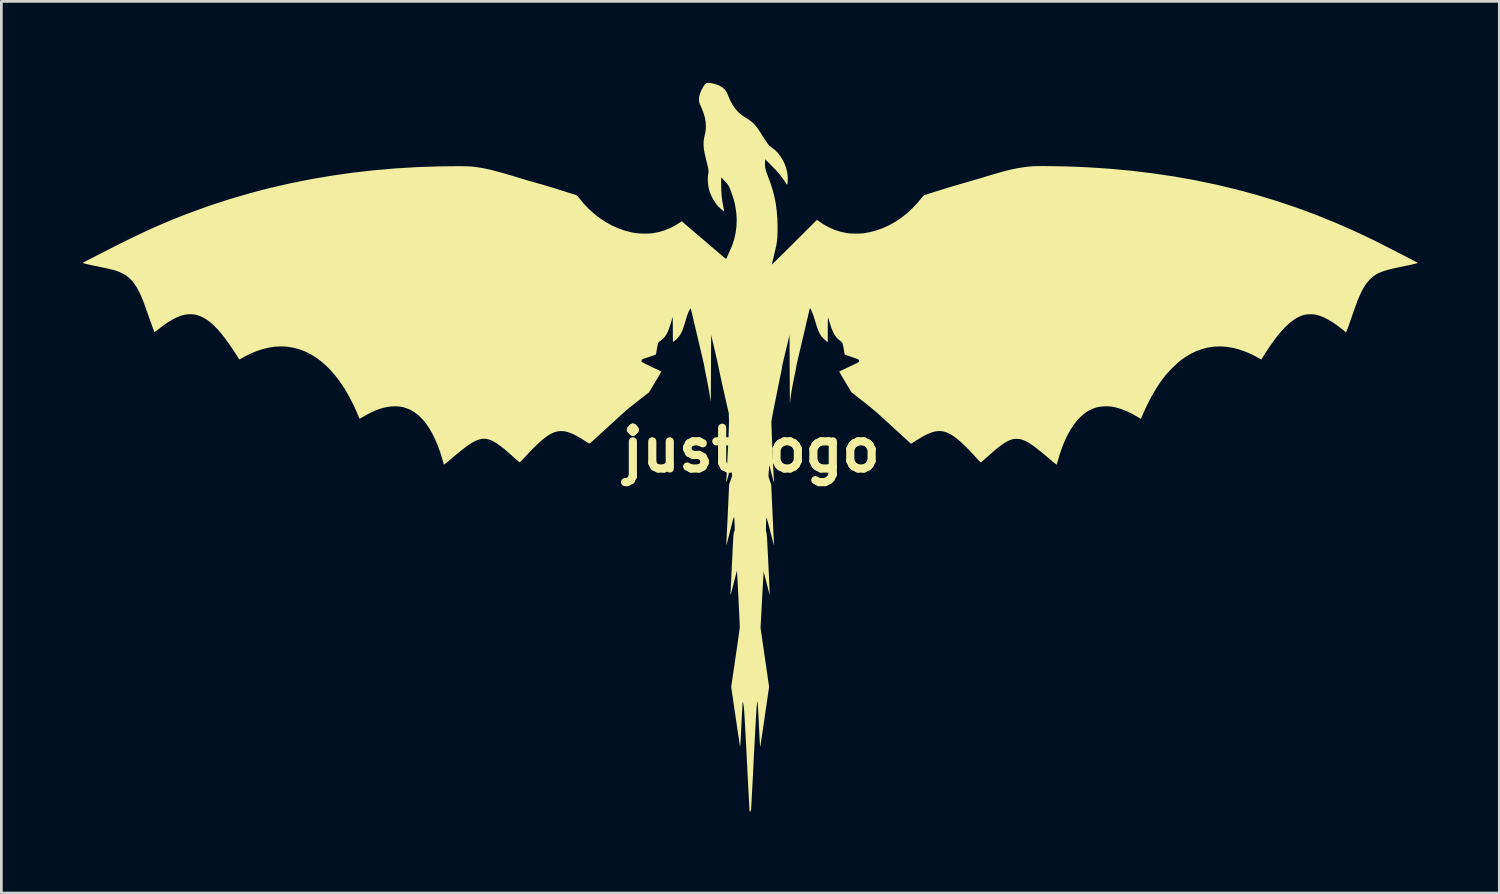
<source format=kicad_pcb>
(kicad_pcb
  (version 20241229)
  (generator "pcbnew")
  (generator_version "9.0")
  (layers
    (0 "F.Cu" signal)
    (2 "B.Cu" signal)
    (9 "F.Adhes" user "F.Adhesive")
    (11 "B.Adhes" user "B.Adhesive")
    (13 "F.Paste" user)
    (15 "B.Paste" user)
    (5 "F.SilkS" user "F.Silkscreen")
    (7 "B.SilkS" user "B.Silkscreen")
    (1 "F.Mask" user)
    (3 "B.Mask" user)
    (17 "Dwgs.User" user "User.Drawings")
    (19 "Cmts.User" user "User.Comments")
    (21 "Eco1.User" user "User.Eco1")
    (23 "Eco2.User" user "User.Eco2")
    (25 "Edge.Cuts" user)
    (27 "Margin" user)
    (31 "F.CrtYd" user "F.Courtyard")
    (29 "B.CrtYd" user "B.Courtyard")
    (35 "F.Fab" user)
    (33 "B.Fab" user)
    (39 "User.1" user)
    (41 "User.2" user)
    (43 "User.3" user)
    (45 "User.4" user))
  (footprint "justLogo"
    (layer "F.Cu")
    (at 24.594 13.511)
    (property "Reference" "justLogo" (at 0 0 0) (layer "F.SilkS") (effects (font (size 1.5 1.5) (thickness 0.3))))
    (attr board_only exclude_from_pos_files exclude_from_bom)
    (fp_poly (pts (xy -1.545 -13.509) (xy -1.543 -13.509) (xy -1.428 -13.494) (xy -1.314 -13.465) (xy -1.205 -13.424) (xy -1.106 -13.373) (xy -1.025 -13.313) (xy -1.016 -13.305) (xy -0.969 -13.258) (xy -0.932 -13.213) (xy -0.902 -13.162) (xy -0.873 -13.099) (xy -0.853 -13.047) (xy -0.779 -12.87) (xy -0.691 -12.708) (xy -0.592 -12.565) (xy -0.484 -12.442) (xy -0.428 -12.391) (xy -0.368 -12.341) (xy -0.299 -12.29) (xy -0.216 -12.235) (xy -0.117 -12.173) (xy -0.099 -12.162) (xy -0.023 -12.109) (xy 0.056 -12.041) (xy 0.133 -11.964) (xy 0.201 -11.884) (xy 0.224 -11.853) (xy 0.247 -11.82) (xy 0.279 -11.771) (xy 0.318 -11.712) (xy 0.361 -11.645) (xy 0.405 -11.576) (xy 0.415 -11.561) (xy 0.476 -11.464) (xy 0.528 -11.385) (xy 0.571 -11.321) (xy 0.608 -11.27) (xy 0.64 -11.23) (xy 0.669 -11.198) (xy 0.698 -11.172) (xy 0.727 -11.15) (xy 0.746 -11.137) (xy 0.864 -11.047) (xy 0.974 -10.938) (xy 1.072 -10.813) (xy 1.157 -10.676) (xy 1.229 -10.529) (xy 1.284 -10.375) (xy 1.322 -10.217) (xy 1.341 -10.06) (xy 1.343 -9.993) (xy 1.342 -9.92) (xy 1.339 -9.857) (xy 1.334 -9.809) (xy 1.328 -9.777) (xy 1.321 -9.765) (xy 1.319 -9.765) (xy 1.31 -9.776) (xy 1.291 -9.802) (xy 1.263 -9.841) (xy 1.231 -9.889) (xy 1.217 -9.909) (xy 1.15 -10.005) (xy 1.08 -10.098) (xy 1.002 -10.192) (xy 0.915 -10.29) (xy 0.815 -10.395) (xy 0.713 -10.499) (xy 0.508 -10.703) (xy 0.505 -10.582) (xy 0.504 -10.506) (xy 0.509 -10.436) (xy 0.519 -10.367) (xy 0.536 -10.295) (xy 0.56 -10.215) (xy 0.594 -10.123) (xy 0.622 -10.049) (xy 0.717 -9.792) (xy 0.795 -9.543) (xy 0.858 -9.295) (xy 0.905 -9.045) (xy 0.938 -8.788) (xy 0.959 -8.518) (xy 0.966 -8.321) (xy 0.967 -8.134) (xy 0.965 -7.967) (xy 0.957 -7.818) (xy 0.944 -7.685) (xy 0.928 -7.571) (xy 0.922 -7.539) (xy 0.91 -7.487) (xy 0.896 -7.421) (xy 0.878 -7.344) (xy 0.858 -7.26) (xy 0.837 -7.172) (xy 0.817 -7.085) (xy 0.797 -7.003) (xy 0.778 -6.929) (xy 0.763 -6.868) (xy 0.752 -6.826) (xy 0.759 -6.831) (xy 0.781 -6.851) (xy 0.818 -6.886) (xy 0.868 -6.934) (xy 0.931 -6.994) (xy 1.004 -7.066) (xy 1.087 -7.147) (xy 1.179 -7.238) (xy 1.279 -7.337) (xy 1.386 -7.443) (xy 1.499 -7.555) (xy 1.581 -7.637) (xy 2.417 -8.472) (xy 2.455 -8.443) (xy 2.647 -8.312) (xy 2.848 -8.201) (xy 3.056 -8.109) (xy 3.268 -8.039) (xy 3.484 -7.991) (xy 3.539 -7.982) (xy 3.616 -7.974) (xy 3.709 -7.968) (xy 3.811 -7.966) (xy 3.914 -7.965) (xy 4.011 -7.968) (xy 4.095 -7.974) (xy 4.123 -7.977) (xy 4.367 -8.019) (xy 4.609 -8.083) (xy 4.847 -8.169) (xy 5.08 -8.277) (xy 5.306 -8.404) (xy 5.525 -8.551) (xy 5.734 -8.717) (xy 5.933 -8.9) (xy 6.12 -9.101) (xy 6.212 -9.211) (xy 6.26 -9.271) (xy 6.297 -9.315) (xy 6.325 -9.345) (xy 6.347 -9.366) (xy 6.366 -9.379) (xy 6.385 -9.387) (xy 6.391 -9.388) (xy 6.414 -9.395) (xy 6.456 -9.408) (xy 6.514 -9.427) (xy 6.586 -9.449) (xy 6.668 -9.475) (xy 6.757 -9.504) (xy 6.826 -9.526) (xy 6.975 -9.573) (xy 7.116 -9.617) (xy 7.255 -9.66) (xy 7.395 -9.702) (xy 7.541 -9.745) (xy 7.697 -9.79) (xy 7.868 -9.839) (xy 8.005 -9.879) (xy 8.098 -9.905) (xy 8.207 -9.937) (xy 8.324 -9.972) (xy 8.443 -10.007) (xy 8.557 -10.041) (xy 8.64 -10.067) (xy 8.859 -10.133) (xy 9.058 -10.191) (xy 9.24 -10.242) (xy 9.408 -10.286) (xy 9.564 -10.323) (xy 9.71 -10.355) (xy 9.849 -10.381) (xy 9.983 -10.403) (xy 10.114 -10.42) (xy 10.246 -10.434) (xy 10.335 -10.441) (xy 10.405 -10.445) (xy 10.496 -10.448) (xy 10.606 -10.449) (xy 10.732 -10.45) (xy 10.872 -10.449) (xy 11.024 -10.448) (xy 11.184 -10.445) (xy 11.352 -10.442) (xy 11.525 -10.438) (xy 11.7 -10.433) (xy 11.875 -10.427) (xy 12.047 -10.42) (xy 12.215 -10.413) (xy 12.376 -10.405) (xy 12.379 -10.405) (xy 13.19 -10.352) (xy 13.992 -10.277) (xy 14.783 -10.182) (xy 15.564 -10.066) (xy 16.335 -9.929) (xy 17.097 -9.77) (xy 17.849 -9.591) (xy 18.592 -9.39) (xy 19.326 -9.168) (xy 20.05 -8.925) (xy 20.766 -8.661) (xy 21.473 -8.375) (xy 22.172 -8.068) (xy 22.344 -7.989) (xy 22.434 -7.946) (xy 22.536 -7.899) (xy 22.64 -7.849) (xy 22.74 -7.802) (xy 22.825 -7.761) (xy 22.879 -7.735) (xy 22.947 -7.701) (xy 23.027 -7.661) (xy 23.118 -7.615) (xy 23.219 -7.564) (xy 23.326 -7.51) (xy 23.438 -7.453) (xy 23.554 -7.394) (xy 23.671 -7.334) (xy 23.787 -7.274) (xy 23.902 -7.215) (xy 24.012 -7.158) (xy 24.116 -7.104) (xy 24.213 -7.054) (xy 24.3 -7.009) (xy 24.375 -6.97) (xy 24.437 -6.937) (xy 24.484 -6.912) (xy 24.513 -6.895) (xy 24.524 -6.889) (xy 24.524 -6.889) (xy 24.515 -6.882) (xy 24.489 -6.872) (xy 24.444 -6.86) (xy 24.38 -6.844) (xy 24.296 -6.824) (xy 24.191 -6.802) (xy 24.064 -6.775) (xy 23.916 -6.744) (xy 23.916 -6.744) (xy 23.737 -6.707) (xy 23.581 -6.671) (xy 23.443 -6.636) (xy 23.322 -6.601) (xy 23.215 -6.566) (xy 23.122 -6.528) (xy 23.039 -6.489) (xy 22.965 -6.446) (xy 22.897 -6.398) (xy 22.833 -6.346) (xy 22.772 -6.288) (xy 22.754 -6.27) (xy 22.694 -6.203) (xy 22.637 -6.132) (xy 22.582 -6.055) (xy 22.529 -5.969) (xy 22.477 -5.874) (xy 22.424 -5.768) (xy 22.371 -5.648) (xy 22.315 -5.513) (xy 22.257 -5.36) (xy 22.195 -5.189) (xy 22.128 -4.997) (xy 22.121 -4.975) (xy 22.078 -4.852) (xy 22.038 -4.736) (xy 22.001 -4.632) (xy 21.968 -4.54) (xy 21.94 -4.464) (xy 21.917 -4.407) (xy 21.909 -4.387) (xy 21.886 -4.332) (xy 21.733 -4.455) (xy 21.556 -4.59) (xy 21.385 -4.707) (xy 21.221 -4.805) (xy 21.065 -4.884) (xy 20.917 -4.943) (xy 20.779 -4.981) (xy 20.744 -4.988) (xy 20.699 -4.993) (xy 20.639 -4.996) (xy 20.572 -4.997) (xy 20.526 -4.996) (xy 20.458 -4.992) (xy 20.404 -4.987) (xy 20.357 -4.978) (xy 20.307 -4.964) (xy 20.27 -4.952) (xy 20.15 -4.903) (xy 20.029 -4.838) (xy 19.906 -4.754) (xy 19.781 -4.653) (xy 19.654 -4.533) (xy 19.523 -4.394) (xy 19.389 -4.236) (xy 19.251 -4.057) (xy 19.107 -3.857) (xy 18.959 -3.635) (xy 18.843 -3.454) (xy 18.765 -3.328) (xy 18.728 -3.35) (xy 18.576 -3.438) (xy 18.427 -3.515) (xy 18.271 -3.585) (xy 18.199 -3.615) (xy 17.961 -3.7) (xy 17.726 -3.761) (xy 17.495 -3.8) (xy 17.266 -3.815) (xy 17.041 -3.807) (xy 16.82 -3.777) (xy 16.603 -3.723) (xy 16.389 -3.646) (xy 16.179 -3.547) (xy 15.973 -3.424) (xy 15.838 -3.329) (xy 15.758 -3.266) (xy 15.669 -3.188) (xy 15.574 -3.101) (xy 15.479 -3.007) (xy 15.386 -2.912) (xy 15.301 -2.82) (xy 15.228 -2.734) (xy 15.212 -2.715) (xy 15.069 -2.523) (xy 14.927 -2.311) (xy 14.789 -2.082) (xy 14.657 -1.842) (xy 14.533 -1.592) (xy 14.419 -1.337) (xy 14.412 -1.32) (xy 14.387 -1.262) (xy 14.365 -1.213) (xy 14.347 -1.177) (xy 14.336 -1.156) (xy 14.332 -1.152) (xy 14.319 -1.159) (xy 14.291 -1.175) (xy 14.25 -1.199) (xy 14.202 -1.228) (xy 14.195 -1.232) (xy 13.992 -1.346) (xy 13.792 -1.441) (xy 13.596 -1.516) (xy 13.406 -1.57) (xy 13.245 -1.601) (xy 13.148 -1.609) (xy 13.038 -1.611) (xy 12.925 -1.605) (xy 12.817 -1.593) (xy 12.721 -1.574) (xy 12.712 -1.572) (xy 12.554 -1.519) (xy 12.403 -1.443) (xy 12.257 -1.346) (xy 12.118 -1.226) (xy 11.986 -1.086) (xy 11.86 -0.923) (xy 11.741 -0.74) (xy 11.629 -0.537) (xy 11.524 -0.313) (xy 11.427 -0.069) (xy 11.338 0.195) (xy 11.276 0.409) (xy 11.262 0.458) (xy 11.25 0.499) (xy 11.242 0.527) (xy 11.24 0.535) (xy 11.23 0.532) (xy 11.204 0.514) (xy 11.164 0.484) (xy 11.111 0.441) (xy 11.046 0.387) (xy 10.986 0.336) (xy 10.83 0.203) (xy 10.689 0.085) (xy 10.561 -0.017) (xy 10.446 -0.106) (xy 10.341 -0.182) (xy 10.246 -0.245) (xy 10.16 -0.296) (xy 10.08 -0.338) (xy 10.006 -0.369) (xy 9.935 -0.391) (xy 9.867 -0.405) (xy 9.801 -0.412) (xy 9.757 -0.414) (xy 9.69 -0.41) (xy 9.624 -0.399) (xy 9.555 -0.381) (xy 9.484 -0.353) (xy 9.408 -0.316) (xy 9.326 -0.267) (xy 9.237 -0.208) (xy 9.14 -0.136) (xy 9.032 -0.05) (xy 8.912 0.05) (xy 8.779 0.165) (xy 8.632 0.297) (xy 8.628 0.3) (xy 8.575 0.348) (xy 8.527 0.39) (xy 8.488 0.423) (xy 8.461 0.446) (xy 8.447 0.455) (xy 8.446 0.455) (xy 8.436 0.447) (xy 8.412 0.424) (xy 8.378 0.389) (xy 8.337 0.345) (xy 8.291 0.296) (xy 8.139 0.131) (xy 7.999 -0.016) (xy 7.87 -0.146) (xy 7.752 -0.259) (xy 7.642 -0.357) (xy 7.54 -0.44) (xy 7.444 -0.51) (xy 7.355 -0.567) (xy 7.281 -0.607) (xy 7.183 -0.651) (xy 7.093 -0.68) (xy 7.005 -0.696) (xy 6.919 -0.7) (xy 6.83 -0.695) (xy 6.738 -0.679) (xy 6.639 -0.65) (xy 6.532 -0.609) (xy 6.416 -0.555) (xy 6.288 -0.486) (xy 6.147 -0.402) (xy 6.023 -0.323) (xy 5.973 -0.291) (xy 5.93 -0.264) (xy 5.898 -0.244) (xy 5.881 -0.234) (xy 5.879 -0.234) (xy 5.869 -0.241) (xy 5.844 -0.264) (xy 5.805 -0.299) (xy 5.752 -0.347) (xy 5.687 -0.406) (xy 5.611 -0.475) (xy 5.527 -0.552) (xy 5.434 -0.637) (xy 5.335 -0.728) (xy 5.231 -0.823) (xy 5.211 -0.842) (xy 5.083 -0.959) (xy 4.97 -1.062) (xy 4.871 -1.153) (xy 4.782 -1.233) (xy 4.703 -1.304) (xy 4.63 -1.369) (xy 4.562 -1.428) (xy 4.497 -1.483) (xy 4.433 -1.537) (xy 4.368 -1.59) (xy 4.299 -1.646) (xy 4.225 -1.705) (xy 4.144 -1.769) (xy 4.117 -1.79) (xy 3.684 -2.13) (xy 3.458 -2.508) (xy 3.408 -2.593) (xy 3.361 -2.671) (xy 3.32 -2.741) (xy 3.286 -2.8) (xy 3.26 -2.846) (xy 3.243 -2.876) (xy 3.236 -2.889) (xy 3.236 -2.89) (xy 3.248 -2.895) (xy 3.277 -2.91) (xy 3.324 -2.932) (xy 3.384 -2.961) (xy 3.455 -2.995) (xy 3.535 -3.033) (xy 3.606 -3.066) (xy 3.705 -3.113) (xy 3.784 -3.151) (xy 3.845 -3.181) (xy 3.892 -3.205) (xy 3.925 -3.223) (xy 3.947 -3.237) (xy 3.96 -3.247) (xy 3.966 -3.255) (xy 3.966 -3.263) (xy 3.966 -3.263) (xy 3.96 -3.296) (xy 3.959 -3.312) (xy 3.957 -3.32) (xy 3.948 -3.329) (xy 3.931 -3.34) (xy 3.902 -3.352) (xy 3.859 -3.369) (xy 3.799 -3.39) (xy 3.72 -3.416) (xy 3.705 -3.422) (xy 3.632 -3.446) (xy 3.566 -3.469) (xy 3.512 -3.488) (xy 3.471 -3.503) (xy 3.447 -3.512) (xy 3.443 -3.514) (xy 3.438 -3.527) (xy 3.431 -3.56) (xy 3.421 -3.607) (xy 3.411 -3.665) (xy 3.404 -3.708) (xy 3.392 -3.775) (xy 3.379 -3.837) (xy 3.368 -3.889) (xy 3.358 -3.926) (xy 3.353 -3.937) (xy 3.327 -3.975) (xy 3.282 -4.015) (xy 3.258 -4.032) (xy 3.187 -4.088) (xy 3.123 -4.158) (xy 3.064 -4.243) (xy 3.01 -4.346) (xy 2.958 -4.468) (xy 2.909 -4.61) (xy 2.896 -4.654) (xy 2.876 -4.72) (xy 2.857 -4.781) (xy 2.842 -4.831) (xy 2.831 -4.866) (xy 2.826 -4.881) (xy 2.824 -4.877) (xy 2.822 -4.851) (xy 2.82 -4.806) (xy 2.818 -4.743) (xy 2.817 -4.665) (xy 2.816 -4.573) (xy 2.815 -4.469) (xy 2.815 -4.446) (xy 2.814 -3.981) (xy 2.776 -4.002) (xy 2.752 -4.019) (xy 2.717 -4.049) (xy 2.677 -4.085) (xy 2.65 -4.111) (xy 2.606 -4.158) (xy 2.571 -4.2) (xy 2.541 -4.247) (xy 2.51 -4.305) (xy 2.502 -4.321) (xy 2.474 -4.383) (xy 2.444 -4.458) (xy 2.416 -4.535) (xy 2.396 -4.595) (xy 2.373 -4.669) (xy 2.348 -4.751) (xy 2.323 -4.831) (xy 2.306 -4.887) (xy 2.286 -4.951) (xy 2.262 -5.015) (xy 2.238 -5.077) (xy 2.214 -5.132) (xy 2.193 -5.177) (xy 2.176 -5.207) (xy 2.164 -5.22) (xy 2.163 -5.22) (xy 2.155 -5.21) (xy 2.145 -5.183) (xy 2.138 -5.153) (xy 2.132 -5.128) (xy 2.121 -5.081) (xy 2.106 -5.015) (xy 2.087 -4.932) (xy 2.063 -4.832) (xy 2.037 -4.717) (xy 2.007 -4.59) (xy 1.975 -4.452) (xy 1.94 -4.303) (xy 1.903 -4.147) (xy 1.865 -3.985) (xy 1.826 -3.818) (xy 1.786 -3.648) (xy 1.747 -3.48) (xy 1.724 -3.384) (xy 1.704 -3.294) (xy 1.685 -3.214) (xy 1.67 -3.145) (xy 1.659 -3.09) (xy 1.652 -3.053) (xy 1.649 -3.036) (xy 1.647 -3.017) (xy 1.64 -2.978) (xy 1.63 -2.924) (xy 1.616 -2.858) (xy 1.601 -2.783) (xy 1.59 -2.733) (xy 1.55 -2.54) (xy 1.515 -2.357) (xy 1.485 -2.187) (xy 1.46 -2.034) (xy 1.443 -1.899) (xy 1.442 -1.898) (xy 1.436 -1.839) (xy 1.429 -1.787) (xy 1.425 -1.747) (xy 1.422 -1.724) (xy 1.422 -1.723) (xy 1.421 -1.731) (xy 1.421 -1.761) (xy 1.42 -1.812) (xy 1.42 -1.881) (xy 1.419 -1.968) (xy 1.418 -2.071) (xy 1.417 -2.189) (xy 1.417 -2.32) (xy 1.416 -2.462) (xy 1.415 -2.615) (xy 1.414 -2.776) (xy 1.413 -2.945) (xy 1.413 -2.969) (xy 1.407 -4.239) (xy 1.345 -3.973) (xy 1.324 -3.884) (xy 1.299 -3.779) (xy 1.272 -3.666) (xy 1.244 -3.552) (xy 1.219 -3.444) (xy 1.206 -3.393) (xy 1.186 -3.308) (xy 1.168 -3.23) (xy 1.153 -3.161) (xy 1.141 -3.105) (xy 1.133 -3.064) (xy 1.13 -3.043) (xy 1.13 -3.042) (xy 1.128 -3.02) (xy 1.121 -2.979) (xy 1.111 -2.924) (xy 1.098 -2.86) (xy 1.086 -2.803) (xy 1.068 -2.722) (xy 1.048 -2.627) (xy 1.028 -2.526) (xy 1.008 -2.428) (xy 0.994 -2.359) (xy 0.981 -2.293) (xy 0.965 -2.209) (xy 0.945 -2.11) (xy 0.923 -2) (xy 0.899 -1.884) (xy 0.875 -1.766) (xy 0.852 -1.65) (xy 0.847 -1.629) (xy 0.823 -1.509) (xy 0.801 -1.396) (xy 0.782 -1.293) (xy 0.765 -1.203) (xy 0.753 -1.127) (xy 0.744 -1.07) (xy 0.74 -1.034) (xy 0.74 -1.01) (xy 0.741 -0.965) (xy 0.743 -0.901) (xy 0.745 -0.82) (xy 0.749 -0.724) (xy 0.753 -0.615) (xy 0.758 -0.496) (xy 0.763 -0.368) (xy 0.768 -0.234) (xy 0.774 -0.095) (xy 0.781 0.045) (xy 0.787 0.186) (xy 0.793 0.325) (xy 0.799 0.459) (xy 0.806 0.588) (xy 0.812 0.708) (xy 0.817 0.817) (xy 0.822 0.914) (xy 0.827 0.996) (xy 0.831 1.061) (xy 0.834 1.107) (xy 0.836 1.144) (xy 0.835 1.171) (xy 0.832 1.179) (xy 0.827 1.169) (xy 0.817 1.138) (xy 0.803 1.09) (xy 0.786 1.028) (xy 0.767 0.955) (xy 0.746 0.874) (xy 0.742 0.856) (xy 0.72 0.773) (xy 0.701 0.701) (xy 0.684 0.642) (xy 0.671 0.598) (xy 0.662 0.572) (xy 0.657 0.565) (xy 0.657 0.567) (xy 0.655 0.59) (xy 0.653 0.632) (xy 0.649 0.687) (xy 0.646 0.751) (xy 0.643 0.788) (xy 0.633 0.975) (xy 0.683 1.127) (xy 0.734 1.279) (xy 0.782 2.33) (xy 0.789 2.486) (xy 0.796 2.636) (xy 0.803 2.779) (xy 0.809 2.912) (xy 0.815 3.035) (xy 0.82 3.145) (xy 0.825 3.24) (xy 0.829 3.319) (xy 0.833 3.379) (xy 0.835 3.42) (xy 0.837 3.439) (xy 0.839 3.47) (xy 0.837 3.487) (xy 0.833 3.488) (xy 0.829 3.475) (xy 0.819 3.442) (xy 0.804 3.39) (xy 0.786 3.323) (xy 0.765 3.243) (xy 0.741 3.151) (xy 0.715 3.051) (xy 0.694 2.969) (xy 0.659 2.832) (xy 0.629 2.719) (xy 0.605 2.628) (xy 0.585 2.559) (xy 0.571 2.513) (xy 0.562 2.49) (xy 0.557 2.488) (xy 0.555 2.508) (xy 0.552 2.548) (xy 0.549 2.602) (xy 0.546 2.668) (xy 0.543 2.74) (xy 0.543 2.744) (xy 0.54 2.825) (xy 0.539 2.887) (xy 0.54 2.933) (xy 0.542 2.967) (xy 0.546 2.993) (xy 0.552 3.015) (xy 0.555 3.025) (xy 0.559 3.037) (xy 0.562 3.055) (xy 0.566 3.081) (xy 0.569 3.115) (xy 0.573 3.16) (xy 0.577 3.216) (xy 0.582 3.285) (xy 0.587 3.368) (xy 0.592 3.466) (xy 0.598 3.582) (xy 0.605 3.715) (xy 0.613 3.869) (xy 0.621 4.043) (xy 0.629 4.201) (xy 0.637 4.361) (xy 0.644 4.514) (xy 0.651 4.659) (xy 0.657 4.793) (xy 0.662 4.916) (xy 0.667 5.026) (xy 0.671 5.121) (xy 0.674 5.2) (xy 0.676 5.261) (xy 0.677 5.303) (xy 0.677 5.323) (xy 0.677 5.325) (xy 0.673 5.314) (xy 0.664 5.283) (xy 0.651 5.234) (xy 0.634 5.17) (xy 0.614 5.094) (xy 0.592 5.007) (xy 0.568 4.912) (xy 0.567 4.905) (xy 0.543 4.811) (xy 0.521 4.724) (xy 0.501 4.647) (xy 0.484 4.583) (xy 0.47 4.534) (xy 0.461 4.503) (xy 0.456 4.491) (xy 0.456 4.491) (xy 0.455 4.504) (xy 0.452 4.538) (xy 0.449 4.591) (xy 0.444 4.664) (xy 0.439 4.752) (xy 0.433 4.856) (xy 0.426 4.973) (xy 0.419 5.102) (xy 0.411 5.24) (xy 0.403 5.387) (xy 0.396 5.521) (xy 0.341 6.546) (xy 0.499 7.63) (xy 0.656 8.715) (xy 0.496 9.808) (xy 0.473 9.965) (xy 0.451 10.116) (xy 0.43 10.258) (xy 0.41 10.39) (xy 0.393 10.51) (xy 0.376 10.618) (xy 0.362 10.711) (xy 0.351 10.788) (xy 0.342 10.847) (xy 0.336 10.886) (xy 0.332 10.905) (xy 0.332 10.906) (xy 0.33 10.906) (xy 0.327 10.899) (xy 0.325 10.885) (xy 0.322 10.861) (xy 0.319 10.825) (xy 0.315 10.778) (xy 0.312 10.716) (xy 0.307 10.639) (xy 0.302 10.545) (xy 0.296 10.432) (xy 0.29 10.299) (xy 0.282 10.145) (xy 0.28 10.107) (xy 0.274 9.976) (xy 0.267 9.849) (xy 0.261 9.73) (xy 0.255 9.621) (xy 0.25 9.524) (xy 0.245 9.441) (xy 0.241 9.374) (xy 0.238 9.326) (xy 0.236 9.299) (xy 0.235 9.296) (xy 0.227 9.232) (xy 0.207 9.366) (xy 0.203 9.397) (xy 0.199 9.447) (xy 0.193 9.517) (xy 0.187 9.607) (xy 0.18 9.717) (xy 0.172 9.848) (xy 0.164 10) (xy 0.154 10.174) (xy 0.143 10.369) (xy 0.132 10.585) (xy 0.119 10.825) (xy 0.106 11.087) (xy 0.093 11.334) (xy 0.083 11.54) (xy 0.072 11.74) (xy 0.063 11.933) (xy 0.053 12.118) (xy 0.044 12.294) (xy 0.035 12.458) (xy 0.027 12.611) (xy 0.019 12.749) (xy 0.013 12.873) (xy 0.007 12.981) (xy 0.002 13.071) (xy -0.003 13.143) (xy -0.006 13.194) (xy -0.008 13.225) (xy -0.009 13.231) (xy -0.017 13.272) (xy -0.027 13.294) (xy -0.038 13.299) (xy -0.056 13.293) (xy -0.063 13.276) (xy -0.064 13.261) (xy -0.067 13.225) (xy -0.07 13.167) (xy -0.074 13.091) (xy -0.079 12.995) (xy -0.086 12.883) (xy -0.092 12.755) (xy -0.1 12.613) (xy -0.108 12.457) (xy -0.117 12.29) (xy -0.126 12.111) (xy -0.136 11.924) (xy -0.146 11.728) (xy -0.156 11.525) (xy -0.163 11.398) (xy -0.176 11.147) (xy -0.187 10.919) (xy -0.198 10.712) (xy -0.208 10.525) (xy -0.217 10.357) (xy -0.225 10.207) (xy -0.232 10.073) (xy -0.239 9.955) (xy -0.245 9.852) (xy -0.251 9.762) (xy -0.256 9.684) (xy -0.261 9.617) (xy -0.265 9.561) (xy -0.269 9.513) (xy -0.273 9.473) (xy -0.277 9.441) (xy -0.28 9.413) (xy -0.283 9.395) (xy -0.294 9.334) (xy -0.301 9.295) (xy -0.306 9.273) (xy -0.31 9.268) (xy -0.314 9.276) (xy -0.317 9.296) (xy -0.32 9.317) (xy -0.323 9.358) (xy -0.326 9.419) (xy -0.331 9.497) (xy -0.336 9.59) (xy -0.342 9.695) (xy -0.348 9.811) (xy -0.354 9.935) (xy -0.361 10.065) (xy -0.362 10.09) (xy -0.37 10.252) (xy -0.377 10.392) (xy -0.383 10.511) (xy -0.388 10.612) (xy -0.393 10.694) (xy -0.397 10.761) (xy -0.401 10.813) (xy -0.404 10.853) (xy -0.407 10.88) (xy -0.409 10.897) (xy -0.412 10.905) (xy -0.414 10.906) (xy -0.414 10.906) (xy -0.416 10.894) (xy -0.422 10.86) (xy -0.43 10.807) (xy -0.441 10.735) (xy -0.454 10.647) (xy -0.47 10.544) (xy -0.487 10.427) (xy -0.506 10.298) (xy -0.527 10.158) (xy -0.549 10.01) (xy -0.572 9.855) (xy -0.579 9.808) (xy -0.739 8.714) (xy -0.583 7.659) (xy -0.561 7.503) (xy -0.539 7.352) (xy -0.518 7.208) (xy -0.498 7.073) (xy -0.481 6.948) (xy -0.465 6.836) (xy -0.451 6.738) (xy -0.44 6.656) (xy -0.432 6.591) (xy -0.426 6.546) (xy -0.424 6.522) (xy -0.424 6.522) (xy -0.424 6.502) (xy -0.425 6.46) (xy -0.427 6.4) (xy -0.43 6.324) (xy -0.434 6.234) (xy -0.439 6.13) (xy -0.444 6.017) (xy -0.45 5.895) (xy -0.456 5.767) (xy -0.463 5.634) (xy -0.469 5.5) (xy -0.476 5.365) (xy -0.483 5.232) (xy -0.49 5.102) (xy -0.496 4.979) (xy -0.502 4.863) (xy -0.508 4.757) (xy -0.514 4.663) (xy -0.518 4.583) (xy -0.522 4.519) (xy -0.525 4.474) (xy -0.528 4.448) (xy -0.528 4.443) (xy -0.532 4.453) (xy -0.54 4.483) (xy -0.553 4.531) (xy -0.57 4.595) (xy -0.59 4.672) (xy -0.612 4.759) (xy -0.636 4.854) (xy -0.641 4.877) (xy -0.666 4.974) (xy -0.689 5.064) (xy -0.71 5.145) (xy -0.728 5.213) (xy -0.742 5.266) (xy -0.753 5.302) (xy -0.759 5.319) (xy -0.759 5.319) (xy -0.762 5.311) (xy -0.764 5.285) (xy -0.763 5.247) (xy -0.762 5.24) (xy -0.761 5.216) (xy -0.759 5.17) (xy -0.755 5.105) (xy -0.751 5.022) (xy -0.746 4.923) (xy -0.741 4.81) (xy -0.735 4.684) (xy -0.728 4.548) (xy -0.721 4.404) (xy -0.714 4.252) (xy -0.707 4.117) (xy -0.698 3.936) (xy -0.691 3.778) (xy -0.684 3.64) (xy -0.678 3.521) (xy -0.672 3.419) (xy -0.668 3.333) (xy -0.663 3.261) (xy -0.659 3.202) (xy -0.655 3.153) (xy -0.652 3.115) (xy -0.648 3.084) (xy -0.645 3.061) (xy -0.641 3.042) (xy -0.637 3.027) (xy -0.633 3.014) (xy -0.631 3.009) (xy -0.621 2.982) (xy -0.614 2.958) (xy -0.61 2.931) (xy -0.609 2.897) (xy -0.609 2.852) (xy -0.612 2.79) (xy -0.613 2.752) (xy -0.617 2.667) (xy -0.62 2.596) (xy -0.623 2.54) (xy -0.627 2.5) (xy -0.632 2.477) (xy -0.638 2.471) (xy -0.647 2.482) (xy -0.658 2.513) (xy -0.673 2.563) (xy -0.691 2.632) (xy -0.714 2.723) (xy -0.742 2.834) (xy -0.77 2.944) (xy -0.797 3.052) (xy -0.823 3.153) (xy -0.847 3.244) (xy -0.868 3.325) (xy -0.886 3.391) (xy -0.9 3.442) (xy -0.91 3.474) (xy -0.914 3.486) (xy -0.92 3.483) (xy -0.921 3.459) (xy -0.919 3.433) (xy -0.917 3.412) (xy -0.915 3.37) (xy -0.911 3.307) (xy -0.907 3.227) (xy -0.902 3.13) (xy -0.897 3.02) (xy -0.891 2.896) (xy -0.884 2.761) (xy -0.877 2.618) (xy -0.87 2.467) (xy -0.863 2.318) (xy -0.815 1.267) (xy -0.762 1.118) (xy -0.71 0.968) (xy -0.718 0.747) (xy -0.721 0.678) (xy -0.725 0.618) (xy -0.728 0.57) (xy -0.731 0.538) (xy -0.734 0.526) (xy -0.734 0.526) (xy -0.739 0.536) (xy -0.749 0.567) (xy -0.762 0.615) (xy -0.779 0.677) (xy -0.798 0.75) (xy -0.818 0.832) (xy -0.823 0.853) (xy -0.844 0.936) (xy -0.864 1.012) (xy -0.881 1.077) (xy -0.896 1.128) (xy -0.907 1.163) (xy -0.913 1.179) (xy -0.914 1.179) (xy -0.917 1.169) (xy -0.918 1.141) (xy -0.916 1.102) (xy -0.916 1.101) (xy -0.915 1.077) (xy -0.912 1.032) (xy -0.909 0.967) (xy -0.905 0.885) (xy -0.9 0.787) (xy -0.894 0.675) (xy -0.888 0.551) (xy -0.881 0.417) (xy -0.874 0.275) (xy -0.867 0.126) (xy -0.863 0.041) (xy -0.853 -0.164) (xy -0.845 -0.347) (xy -0.837 -0.508) (xy -0.832 -0.65) (xy -0.827 -0.774) (xy -0.824 -0.88) (xy -0.822 -0.97) (xy -0.821 -1.044) (xy -0.821 -1.106) (xy -0.821 -1.144) (xy -0.827 -1.349) (xy -1.01 -2.155) (xy -1.04 -2.289) (xy -1.069 -2.419) (xy -1.097 -2.54) (xy -1.121 -2.653) (xy -1.143 -2.753) (xy -1.162 -2.84) (xy -1.177 -2.912) (xy -1.189 -2.966) (xy -1.195 -3.001) (xy -1.197 -3.013) (xy -1.201 -3.034) (xy -1.209 -3.076) (xy -1.222 -3.136) (xy -1.238 -3.211) (xy -1.258 -3.3) (xy -1.281 -3.399) (xy -1.306 -3.507) (xy -1.332 -3.621) (xy -1.339 -3.652) (xy -1.477 -4.238) (xy -1.483 -2.969) (xy -1.484 -2.769) (xy -1.485 -2.592) (xy -1.486 -2.436) (xy -1.487 -2.3) (xy -1.488 -2.183) (xy -1.488 -2.084) (xy -1.489 -2.002) (xy -1.49 -1.935) (xy -1.492 -1.882) (xy -1.493 -1.844) (xy -1.494 -1.817) (xy -1.496 -1.802) (xy -1.498 -1.796) (xy -1.5 -1.8) (xy -1.502 -1.812) (xy -1.504 -1.83) (xy -1.504 -1.833) (xy -1.518 -1.937) (xy -1.536 -2.058) (xy -1.558 -2.193) (xy -1.584 -2.337) (xy -1.612 -2.485) (xy -1.641 -2.633) (xy -1.658 -2.715) (xy -1.675 -2.795) (xy -1.69 -2.869) (xy -1.702 -2.933) (xy -1.712 -2.984) (xy -1.717 -3.019) (xy -1.719 -3.03) (xy -1.722 -3.053) (xy -1.729 -3.094) (xy -1.741 -3.149) (xy -1.755 -3.212) (xy -1.765 -3.256) (xy -1.776 -3.301) (xy -1.791 -3.365) (xy -1.81 -3.448) (xy -1.833 -3.546) (xy -1.859 -3.656) (xy -1.888 -3.776) (xy -1.918 -3.905) (xy -1.949 -4.038) (xy -1.981 -4.174) (xy -2.013 -4.31) (xy -2.045 -4.444) (xy -2.075 -4.572) (xy -2.103 -4.694) (xy -2.129 -4.805) (xy -2.152 -4.904) (xy -2.172 -4.988) (xy -2.18 -5.022) (xy -2.195 -5.084) (xy -2.209 -5.138) (xy -2.22 -5.181) (xy -2.228 -5.207) (xy -2.231 -5.213) (xy -2.24 -5.208) (xy -2.256 -5.186) (xy -2.276 -5.151) (xy -2.298 -5.106) (xy -2.32 -5.055) (xy -2.341 -5.004) (xy -2.345 -4.992) (xy -2.356 -4.959) (xy -2.373 -4.907) (xy -2.392 -4.844) (xy -2.414 -4.773) (xy -2.434 -4.706) (xy -2.457 -4.63) (xy -2.481 -4.555) (xy -2.504 -4.486) (xy -2.524 -4.429) (xy -2.538 -4.394) (xy -2.593 -4.282) (xy -2.659 -4.182) (xy -2.732 -4.096) (xy -2.81 -4.029) (xy -2.843 -4.007) (xy -2.884 -3.983) (xy -2.887 -4.445) (xy -2.89 -4.907) (xy -2.952 -4.698) (xy -2.993 -4.568) (xy -3.031 -4.458) (xy -3.068 -4.366) (xy -3.107 -4.287) (xy -3.148 -4.219) (xy -3.192 -4.16) (xy -3.236 -4.11) (xy -3.276 -4.073) (xy -3.318 -4.038) (xy -3.353 -4.013) (xy -3.355 -4.012) (xy -3.381 -3.995) (xy -3.401 -3.976) (xy -3.418 -3.95) (xy -3.432 -3.915) (xy -3.445 -3.868) (xy -3.458 -3.804) (xy -3.472 -3.722) (xy -3.475 -3.705) (xy -3.486 -3.642) (xy -3.496 -3.588) (xy -3.504 -3.545) (xy -3.511 -3.52) (xy -3.513 -3.514) (xy -3.526 -3.508) (xy -3.558 -3.496) (xy -3.605 -3.48) (xy -3.665 -3.459) (xy -3.735 -3.436) (xy -3.774 -3.423) (xy -3.855 -3.396) (xy -3.916 -3.375) (xy -3.961 -3.359) (xy -3.992 -3.346) (xy -4.012 -3.335) (xy -4.024 -3.326) (xy -4.03 -3.316) (xy -4.033 -3.305) (xy -4.033 -3.303) (xy -4.039 -3.273) (xy -4.041 -3.253) (xy -4.03 -3.245) (xy -4.002 -3.228) (xy -3.956 -3.204) (xy -3.897 -3.173) (xy -3.826 -3.138) (xy -3.746 -3.099) (xy -3.676 -3.066) (xy -3.59 -3.025) (xy -3.511 -2.988) (xy -3.442 -2.955) (xy -3.385 -2.927) (xy -3.341 -2.907) (xy -3.315 -2.894) (xy -3.307 -2.89) (xy -3.312 -2.88) (xy -3.328 -2.852) (xy -3.353 -2.808) (xy -3.387 -2.751) (xy -3.427 -2.683) (xy -3.474 -2.605) (xy -3.524 -2.521) (xy -3.533 -2.507) (xy -3.762 -2.126) (xy -4.16 -1.814) (xy -4.246 -1.746) (xy -4.329 -1.68) (xy -4.406 -1.619) (xy -4.474 -1.565) (xy -4.532 -1.518) (xy -4.578 -1.481) (xy -4.608 -1.456) (xy -4.617 -1.448) (xy -4.636 -1.432) (xy -4.67 -1.401) (xy -4.718 -1.357) (xy -4.779 -1.301) (xy -4.851 -1.236) (xy -4.932 -1.161) (xy -5.022 -1.08) (xy -5.118 -0.992) (xy -5.219 -0.9) (xy -5.296 -0.829) (xy -5.398 -0.736) (xy -5.496 -0.647) (xy -5.587 -0.563) (xy -5.671 -0.487) (xy -5.746 -0.419) (xy -5.81 -0.36) (xy -5.863 -0.312) (xy -5.902 -0.276) (xy -5.927 -0.254) (xy -5.936 -0.247) (xy -5.945 -0.242) (xy -5.959 -0.243) (xy -5.979 -0.251) (xy -6.009 -0.267) (xy -6.053 -0.295) (xy -6.099 -0.324) (xy -6.261 -0.427) (xy -6.411 -0.514) (xy -6.55 -0.585) (xy -6.68 -0.639) (xy -6.802 -0.676) (xy -6.919 -0.697) (xy -7.032 -0.7) (xy -7.143 -0.685) (xy -7.254 -0.653) (xy -7.367 -0.603) (xy -7.482 -0.534) (xy -7.603 -0.447) (xy -7.731 -0.342) (xy -7.867 -0.217) (xy -8.014 -0.072) (xy -8.047 -0.039) (xy -8.111 0.028) (xy -8.182 0.1) (xy -8.251 0.174) (xy -8.316 0.242) (xy -8.367 0.298) (xy -8.413 0.347) (xy -8.454 0.39) (xy -8.488 0.423) (xy -8.511 0.444) (xy -8.52 0.45) (xy -8.533 0.442) (xy -8.56 0.421) (xy -8.598 0.39) (xy -8.644 0.35) (xy -8.69 0.309) (xy -8.835 0.179) (xy -8.966 0.065) (xy -9.083 -0.034) (xy -9.189 -0.118) (xy -9.285 -0.19) (xy -9.372 -0.25) (xy -9.452 -0.299) (xy -9.527 -0.339) (xy -9.597 -0.369) (xy -9.665 -0.391) (xy -9.732 -0.407) (xy -9.755 -0.411) (xy -9.805 -0.417) (xy -9.847 -0.418) (xy -9.891 -0.414) (xy -9.946 -0.404) (xy -10.013 -0.388) (xy -10.081 -0.365) (xy -10.153 -0.335) (xy -10.229 -0.296) (xy -10.311 -0.248) (xy -10.401 -0.188) (xy -10.5 -0.118) (xy -10.609 -0.035) (xy -10.73 0.062) (xy -10.864 0.172) (xy -11.013 0.299) (xy -11.052 0.331) (xy -11.123 0.392) (xy -11.185 0.444) (xy -11.237 0.485) (xy -11.276 0.515) (xy -11.301 0.532) (xy -11.31 0.534) (xy -11.315 0.518) (xy -11.325 0.484) (xy -11.338 0.437) (xy -11.354 0.381) (xy -11.357 0.369) (xy -11.442 0.093) (xy -11.534 -0.163) (xy -11.634 -0.4) (xy -11.741 -0.616) (xy -11.854 -0.811) (xy -11.975 -0.986) (xy -12.102 -1.139) (xy -12.236 -1.271) (xy -12.375 -1.381) (xy -12.521 -1.468) (xy -12.535 -1.476) (xy -12.676 -1.537) (xy -12.814 -1.579) (xy -12.956 -1.604) (xy -13.109 -1.612) (xy -13.113 -1.612) (xy -13.293 -1.601) (xy -13.479 -1.569) (xy -13.669 -1.516) (xy -13.866 -1.441) (xy -14.069 -1.344) (xy -14.279 -1.226) (xy -14.286 -1.222) (xy -14.338 -1.19) (xy -14.373 -1.17) (xy -14.396 -1.159) (xy -14.41 -1.156) (xy -14.417 -1.161) (xy -14.423 -1.171) (xy -14.423 -1.171) (xy -14.468 -1.279) (xy -14.506 -1.368) (xy -14.539 -1.444) (xy -14.568 -1.509) (xy -14.594 -1.568) (xy -14.62 -1.623) (xy -14.647 -1.68) (xy -14.661 -1.707) (xy -14.812 -1.999) (xy -14.97 -2.269) (xy -15.137 -2.518) (xy -15.312 -2.747) (xy -15.496 -2.957) (xy -15.618 -3.079) (xy -15.809 -3.251) (xy -16.006 -3.399) (xy -16.209 -3.525) (xy -16.418 -3.628) (xy -16.633 -3.709) (xy -16.853 -3.768) (xy -17.081 -3.804) (xy -17.114 -3.808) (xy -17.315 -3.816) (xy -17.524 -3.804) (xy -17.739 -3.772) (xy -17.957 -3.721) (xy -18.177 -3.651) (xy -18.396 -3.563) (xy -18.611 -3.458) (xy -18.743 -3.383) (xy -18.784 -3.36) (xy -18.816 -3.343) (xy -18.835 -3.335) (xy -18.839 -3.335) (xy -18.848 -3.347) (xy -18.865 -3.373) (xy -18.878 -3.395) (xy -18.91 -3.448) (xy -18.953 -3.516) (xy -19.005 -3.595) (xy -19.062 -3.681) (xy -19.123 -3.771) (xy -19.184 -3.861) (xy -19.244 -3.946) (xy -19.3 -4.024) (xy -19.348 -4.091) (xy -19.359 -4.105) (xy -19.498 -4.283) (xy -19.633 -4.439) (xy -19.764 -4.574) (xy -19.891 -4.689) (xy -20.017 -4.785) (xy -20.142 -4.863) (xy -20.268 -4.924) (xy -20.394 -4.968) (xy -20.422 -4.976) (xy -20.502 -4.99) (xy -20.595 -4.997) (xy -20.694 -4.997) (xy -20.789 -4.99) (xy -20.855 -4.98) (xy -20.993 -4.942) (xy -21.142 -4.883) (xy -21.298 -4.803) (xy -21.464 -4.703) (xy -21.637 -4.584) (xy -21.817 -4.445) (xy -21.835 -4.43) (xy -21.879 -4.395) (xy -21.917 -4.367) (xy -21.945 -4.349) (xy -21.959 -4.343) (xy -21.96 -4.343) (xy -21.97 -4.364) (xy -21.986 -4.404) (xy -22.009 -4.462) (xy -22.036 -4.535) (xy -22.067 -4.621) (xy -22.102 -4.717) (xy -22.139 -4.821) (xy -22.177 -4.931) (xy -22.197 -4.987) (xy -22.25 -5.14) (xy -22.298 -5.274) (xy -22.34 -5.391) (xy -22.38 -5.494) (xy -22.416 -5.585) (xy -22.451 -5.667) (xy -22.485 -5.742) (xy -22.52 -5.814) (xy -22.522 -5.818) (xy -22.607 -5.976) (xy -22.694 -6.112) (xy -22.786 -6.229) (xy -22.884 -6.328) (xy -22.99 -6.413) (xy -23.106 -6.484) (xy -23.14 -6.502) (xy -23.197 -6.529) (xy -23.254 -6.554) (xy -23.313 -6.577) (xy -23.378 -6.6) (xy -23.45 -6.621) (xy -23.531 -6.643) (xy -23.626 -6.666) (xy -23.735 -6.691) (xy -23.862 -6.718) (xy -24.008 -6.749) (xy -24.043 -6.756) (xy -24.189 -6.786) (xy -24.312 -6.812) (xy -24.412 -6.835) (xy -24.49 -6.853) (xy -24.547 -6.868) (xy -24.581 -6.88) (xy -24.594 -6.888) (xy -24.594 -6.889) (xy -24.584 -6.896) (xy -24.558 -6.912) (xy -24.518 -6.934) (xy -24.47 -6.96) (xy -24.469 -6.96) (xy -24.435 -6.977) (xy -24.383 -7.004) (xy -24.314 -7.039) (xy -24.232 -7.081) (xy -24.139 -7.129) (xy -24.036 -7.182) (xy -23.927 -7.238) (xy -23.813 -7.297) (xy -23.73 -7.339) (xy -23.413 -7.501) (xy -23.112 -7.652) (xy -22.827 -7.793) (xy -22.553 -7.924) (xy -22.289 -8.048) (xy -22.031 -8.165) (xy -21.778 -8.277) (xy -21.527 -8.384) (xy -21.275 -8.489) (xy -21.019 -8.591) (xy -20.757 -8.693) (xy -20.629 -8.741) (xy -19.923 -8.996) (xy -19.205 -9.23) (xy -18.477 -9.444) (xy -17.738 -9.637) (xy -16.989 -9.81) (xy -16.231 -9.962) (xy -15.463 -10.093) (xy -14.687 -10.204) (xy -13.903 -10.294) (xy -13.111 -10.363) (xy -12.312 -10.411) (xy -11.506 -10.438) (xy -10.966 -10.444) (xy -10.82 -10.445) (xy -10.696 -10.445) (xy -10.588 -10.444) (xy -10.495 -10.442) (xy -10.414 -10.44) (xy -10.342 -10.436) (xy -10.276 -10.432) (xy -10.212 -10.425) (xy -10.149 -10.418) (xy -10.083 -10.408) (xy -10.011 -10.396) (xy -9.951 -10.386) (xy -9.852 -10.369) (xy -9.752 -10.349) (xy -9.65 -10.327) (xy -9.543 -10.302) (xy -9.429 -10.273) (xy -9.305 -10.24) (xy -9.169 -10.202) (xy -9.018 -10.159) (xy -8.851 -10.11) (xy -8.665 -10.053) (xy -8.613 -10.037) (xy -8.503 -10.004) (xy -8.386 -9.969) (xy -8.266 -9.933) (xy -8.149 -9.899) (xy -8.042 -9.868) (xy -7.948 -9.841) (xy -7.921 -9.834) (xy -7.804 -9.801) (xy -7.698 -9.771) (xy -7.597 -9.742) (xy -7.499 -9.713) (xy -7.4 -9.683) (xy -7.295 -9.651) (xy -7.179 -9.615) (xy -7.05 -9.574) (xy -6.903 -9.528) (xy -6.896 -9.525) (xy -6.803 -9.496) (xy -6.715 -9.468) (xy -6.636 -9.443) (xy -6.567 -9.421) (xy -6.513 -9.404) (xy -6.475 -9.393) (xy -6.46 -9.388) (xy -6.435 -9.379) (xy -6.412 -9.364) (xy -6.388 -9.341) (xy -6.358 -9.305) (xy -6.331 -9.272) (xy -6.156 -9.059) (xy -5.967 -8.863) (xy -5.767 -8.684) (xy -5.556 -8.522) (xy -5.337 -8.379) (xy -5.111 -8.256) (xy -4.878 -8.153) (xy -4.64 -8.071) (xy -4.4 -8.01) (xy -4.227 -7.981) (xy -4.142 -7.973) (xy -4.042 -7.968) (xy -3.934 -7.966) (xy -3.826 -7.967) (xy -3.724 -7.971) (xy -3.636 -7.979) (xy -3.612 -7.982) (xy -3.391 -8.025) (xy -3.175 -8.091) (xy -2.964 -8.179) (xy -2.761 -8.288) (xy -2.683 -8.337) (xy -2.557 -8.419) (xy -1.745 -7.724) (xy -1.626 -7.623) (xy -1.513 -7.526) (xy -1.406 -7.435) (xy -1.307 -7.35) (xy -1.216 -7.273) (xy -1.136 -7.205) (xy -1.067 -7.147) (xy -1.01 -7.099) (xy -0.968 -7.064) (xy -0.94 -7.041) (xy -0.929 -7.032) (xy -0.929 -7.032) (xy -0.921 -7.046) (xy -0.905 -7.078) (xy -0.884 -7.123) (xy -0.858 -7.179) (xy -0.83 -7.24) (xy -0.8 -7.305) (xy -0.772 -7.368) (xy -0.747 -7.426) (xy -0.725 -7.475) (xy -0.71 -7.512) (xy -0.707 -7.521) (xy -0.63 -7.755) (xy -0.576 -7.994) (xy -0.545 -8.237) (xy -0.536 -8.483) (xy -0.551 -8.732) (xy -0.589 -8.983) (xy -0.603 -9.051) (xy -0.623 -9.134) (xy -0.65 -9.23) (xy -0.682 -9.332) (xy -0.716 -9.434) (xy -0.751 -9.531) (xy -0.785 -9.616) (xy -0.812 -9.677) (xy -0.836 -9.724) (xy -0.86 -9.764) (xy -0.887 -9.802) (xy -0.923 -9.844) (xy -0.971 -9.895) (xy -0.986 -9.911) (xy -1.108 -10.037) (xy -1.109 -9.821) (xy -1.104 -9.581) (xy -1.09 -9.359) (xy -1.064 -9.149) (xy -1.028 -8.949) (xy -1.021 -8.917) (xy -1.01 -8.866) (xy -1.002 -8.824) (xy -0.997 -8.796) (xy -0.997 -8.786) (xy -1.008 -8.789) (xy -1.033 -8.806) (xy -1.067 -8.832) (xy -1.106 -8.864) (xy -1.147 -8.9) (xy -1.186 -8.936) (xy -1.218 -8.968) (xy -1.22 -8.971) (xy -1.306 -9.077) (xy -1.387 -9.199) (xy -1.458 -9.331) (xy -1.516 -9.466) (xy -1.53 -9.506) (xy -1.561 -9.617) (xy -1.583 -9.739) (xy -1.597 -9.863) (xy -1.6 -9.984) (xy -1.594 -10.095) (xy -1.583 -10.164) (xy -1.577 -10.196) (xy -1.574 -10.229) (xy -1.574 -10.264) (xy -1.578 -10.306) (xy -1.585 -10.356) (xy -1.597 -10.418) (xy -1.615 -10.494) (xy -1.637 -10.588) (xy -1.658 -10.674) (xy -1.686 -10.79) (xy -1.709 -10.887) (xy -1.726 -10.97) (xy -1.738 -11.041) (xy -1.747 -11.105) (xy -1.752 -11.165) (xy -1.754 -11.226) (xy -1.755 -11.264) (xy -1.753 -11.342) (xy -1.748 -11.408) (xy -1.737 -11.473) (xy -1.724 -11.532) (xy -1.703 -11.628) (xy -1.687 -11.709) (xy -1.677 -11.78) (xy -1.672 -11.848) (xy -1.67 -11.92) (xy -1.67 -11.924) (xy -1.679 -12.075) (xy -1.706 -12.23) (xy -1.752 -12.391) (xy -1.818 -12.561) (xy -1.843 -12.618) (xy -1.868 -12.676) (xy -1.891 -12.732) (xy -1.908 -12.781) (xy -1.916 -12.811) (xy -1.925 -12.906) (xy -1.915 -13.011) (xy -1.884 -13.124) (xy -1.835 -13.245) (xy -1.792 -13.326) (xy -1.761 -13.377) (xy -1.73 -13.424) (xy -1.701 -13.461) (xy -1.686 -13.477) (xy -1.664 -13.495) (xy -1.646 -13.506) (xy -1.624 -13.511) (xy -1.593 -13.511)) (stroke (width 0) (type solid)) (fill yes) (layer "F.SilkS")))
  (gr_rect
    (start -3 -3)
    (end 52.118 29.81)
    (stroke (width 0.1) (type default))
    (fill no)
    (layer "Edge.Cuts")))
</source>
